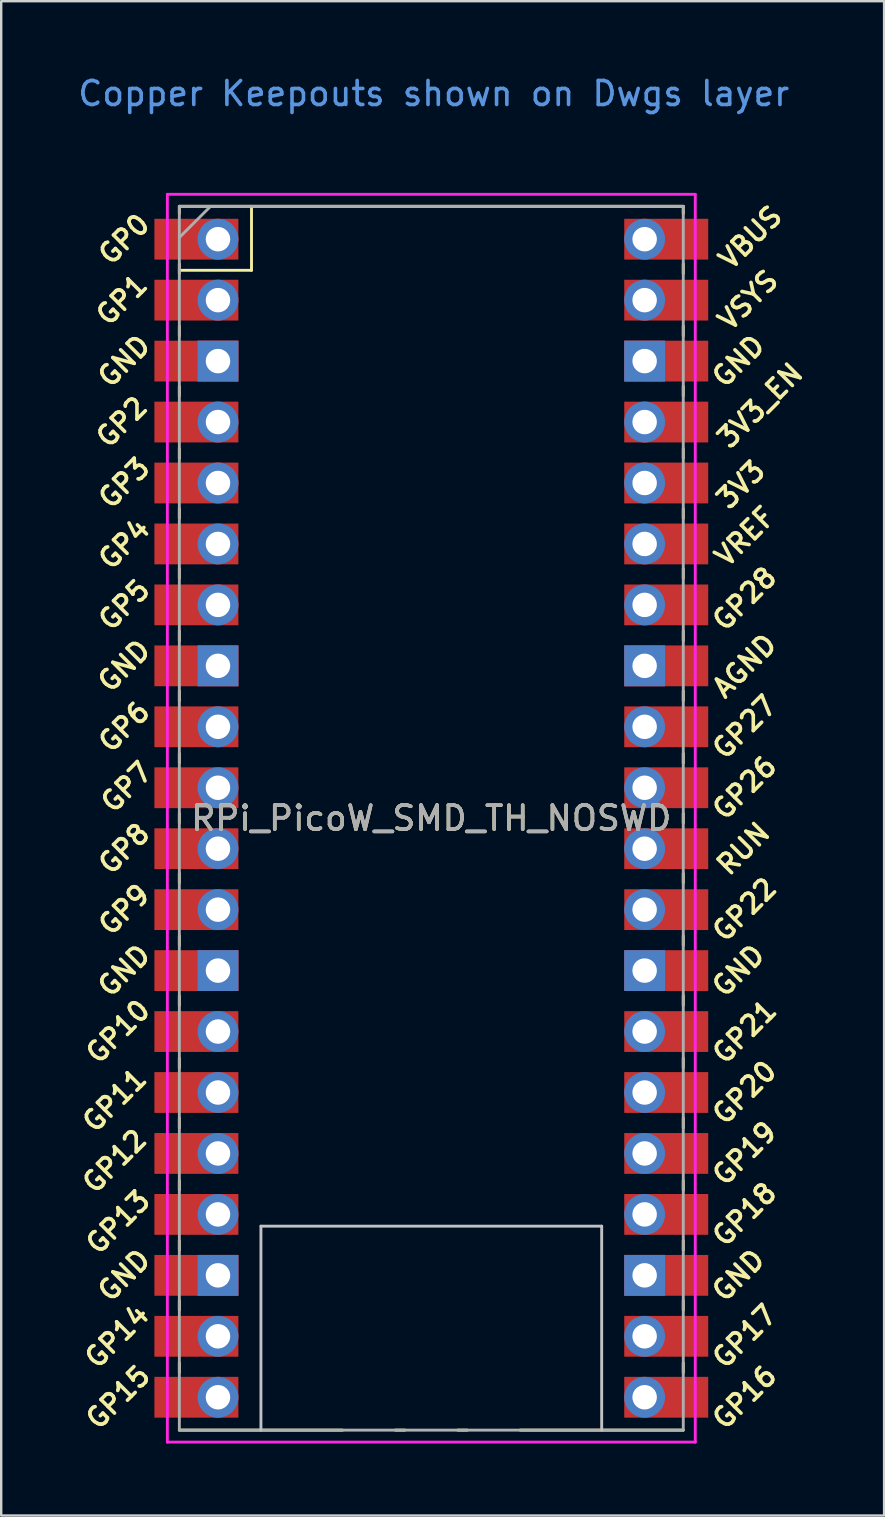
<source format=kicad_pcb>
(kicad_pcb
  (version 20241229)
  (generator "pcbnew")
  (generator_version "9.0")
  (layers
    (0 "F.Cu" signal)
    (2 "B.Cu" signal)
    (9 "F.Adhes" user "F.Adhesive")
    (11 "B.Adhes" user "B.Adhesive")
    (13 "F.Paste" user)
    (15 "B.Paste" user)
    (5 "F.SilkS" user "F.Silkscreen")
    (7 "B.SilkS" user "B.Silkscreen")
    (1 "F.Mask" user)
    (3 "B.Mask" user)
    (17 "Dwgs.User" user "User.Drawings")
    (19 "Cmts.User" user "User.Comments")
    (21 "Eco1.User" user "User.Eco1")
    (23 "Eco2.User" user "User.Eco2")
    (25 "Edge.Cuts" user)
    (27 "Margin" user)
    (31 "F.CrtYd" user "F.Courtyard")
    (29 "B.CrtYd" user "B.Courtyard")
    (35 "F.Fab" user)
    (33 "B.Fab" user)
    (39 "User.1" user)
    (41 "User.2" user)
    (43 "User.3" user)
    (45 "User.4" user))
  (footprint "RPi_PicoW_SMD_TH_NOSWD"
    (layer "F.Cu")
    (at 14.924 31.048)
    (property "Reference" "RPi_PicoW_SMD_TH_NOSWD" (at 0 0 180) (layer "F.SilkS") (effects (font (size 1 1) (thickness 0.15))))
    (attr through_hole)
    (fp_line (start -10.5 -25.5) (end -10.5 -25.2) (stroke (width 0.12) (type solid)) (layer "F.SilkS"))
    (fp_line (start -10.5 -25.5) (end 10.5 -25.5) (stroke (width 0.12) (type solid)) (layer "F.SilkS"))
    (fp_line (start -10.5 -23.1) (end -10.5 -22.7) (stroke (width 0.12) (type solid)) (layer "F.SilkS"))
    (fp_line (start -10.5 -22.833) (end -7.493 -22.833) (stroke (width 0.12) (type solid)) (layer "F.SilkS"))
    (fp_line (start -10.5 -20.5) (end -10.5 -20.1) (stroke (width 0.12) (type solid)) (layer "F.SilkS"))
    (fp_line (start -10.5 -18) (end -10.5 -17.6) (stroke (width 0.12) (type solid)) (layer "F.SilkS"))
    (fp_line (start -10.5 -15.4) (end -10.5 -15) (stroke (width 0.12) (type solid)) (layer "F.SilkS"))
    (fp_line (start -10.5 -12.9) (end -10.5 -12.5) (stroke (width 0.12) (type solid)) (layer "F.SilkS"))
    (fp_line (start -10.5 -10.4) (end -10.5 -10) (stroke (width 0.12) (type solid)) (layer "F.SilkS"))
    (fp_line (start -10.5 -7.8) (end -10.5 -7.4) (stroke (width 0.12) (type solid)) (layer "F.SilkS"))
    (fp_line (start -10.5 -5.3) (end -10.5 -4.9) (stroke (width 0.12) (type solid)) (layer "F.SilkS"))
    (fp_line (start -10.5 -2.7) (end -10.5 -2.3) (stroke (width 0.12) (type solid)) (layer "F.SilkS"))
    (fp_line (start -10.5 -0.2) (end -10.5 0.2) (stroke (width 0.12) (type solid)) (layer "F.SilkS"))
    (fp_line (start -10.5 2.3) (end -10.5 2.7) (stroke (width 0.12) (type solid)) (layer "F.SilkS"))
    (fp_line (start -10.5 4.9) (end -10.5 5.3) (stroke (width 0.12) (type solid)) (layer "F.SilkS"))
    (fp_line (start -10.5 7.4) (end -10.5 7.8) (stroke (width 0.12) (type solid)) (layer "F.SilkS"))
    (fp_line (start -10.5 10) (end -10.5 10.4) (stroke (width 0.12) (type solid)) (layer "F.SilkS"))
    (fp_line (start -10.5 12.5) (end -10.5 12.9) (stroke (width 0.12) (type solid)) (layer "F.SilkS"))
    (fp_line (start -10.5 15.1) (end -10.5 15.5) (stroke (width 0.12) (type solid)) (layer "F.SilkS"))
    (fp_line (start -10.5 17.6) (end -10.5 18) (stroke (width 0.12) (type solid)) (layer "F.SilkS"))
    (fp_line (start -10.5 20.1) (end -10.5 20.5) (stroke (width 0.12) (type solid)) (layer "F.SilkS"))
    (fp_line (start -10.5 22.7) (end -10.5 23.1) (stroke (width 0.12) (type solid)) (layer "F.SilkS"))
    (fp_line (start -7.493 -22.833) (end -7.493 -25.5) (stroke (width 0.12) (type solid)) (layer "F.SilkS"))
    (fp_line (start -3.7 25.5) (end -10.5 25.5) (stroke (width 0.12) (type solid)) (layer "F.SilkS"))
    (fp_line (start -1.5 25.5) (end -1.1 25.5) (stroke (width 0.12) (type solid)) (layer "F.SilkS"))
    (fp_line (start 1.1 25.5) (end 1.5 25.5) (stroke (width 0.12) (type solid)) (layer "F.SilkS"))
    (fp_line (start 10.5 -25.5) (end 10.5 -25.2) (stroke (width 0.12) (type solid)) (layer "F.SilkS"))
    (fp_line (start 10.5 -23.1) (end 10.5 -22.7) (stroke (width 0.12) (type solid)) (layer "F.SilkS"))
    (fp_line (start 10.5 -20.5) (end 10.5 -20.1) (stroke (width 0.12) (type solid)) (layer "F.SilkS"))
    (fp_line (start 10.5 -18) (end 10.5 -17.6) (stroke (width 0.12) (type solid)) (layer "F.SilkS"))
    (fp_line (start 10.5 -15.4) (end 10.5 -15) (stroke (width 0.12) (type solid)) (layer "F.SilkS"))
    (fp_line (start 10.5 -12.9) (end 10.5 -12.5) (stroke (width 0.12) (type solid)) (layer "F.SilkS"))
    (fp_line (start 10.5 -10.4) (end 10.5 -10) (stroke (width 0.12) (type solid)) (layer "F.SilkS"))
    (fp_line (start 10.5 -7.8) (end 10.5 -7.4) (stroke (width 0.12) (type solid)) (layer "F.SilkS"))
    (fp_line (start 10.5 -5.3) (end 10.5 -4.9) (stroke (width 0.12) (type solid)) (layer "F.SilkS"))
    (fp_line (start 10.5 -2.7) (end 10.5 -2.3) (stroke (width 0.12) (type solid)) (layer "F.SilkS"))
    (fp_line (start 10.5 -0.2) (end 10.5 0.2) (stroke (width 0.12) (type solid)) (layer "F.SilkS"))
    (fp_line (start 10.5 2.3) (end 10.5 2.7) (stroke (width 0.12) (type solid)) (layer "F.SilkS"))
    (fp_line (start 10.5 4.9) (end 10.5 5.3) (stroke (width 0.12) (type solid)) (layer "F.SilkS"))
    (fp_line (start 10.5 7.4) (end 10.5 7.8) (stroke (width 0.12) (type solid)) (layer "F.SilkS"))
    (fp_line (start 10.5 10) (end 10.5 10.4) (stroke (width 0.12) (type solid)) (layer "F.SilkS"))
    (fp_line (start 10.5 12.5) (end 10.5 12.9) (stroke (width 0.12) (type solid)) (layer "F.SilkS"))
    (fp_line (start 10.5 15.1) (end 10.5 15.5) (stroke (width 0.12) (type solid)) (layer "F.SilkS"))
    (fp_line (start 10.5 17.6) (end 10.5 18) (stroke (width 0.12) (type solid)) (layer "F.SilkS"))
    (fp_line (start 10.5 20.1) (end 10.5 20.5) (stroke (width 0.12) (type solid)) (layer "F.SilkS"))
    (fp_line (start 10.5 22.7) (end 10.5 23.1) (stroke (width 0.12) (type solid)) (layer "F.SilkS"))
    (fp_line (start 10.5 25.5) (end 3.7 25.5) (stroke (width 0.12) (type solid)) (layer "F.SilkS"))
    (fp_line (start -7.1 17) (end 7.1 17) (stroke (width 0.12) (type solid)) (layer "Dwgs.User"))
    (fp_line (start -7.1 25.5) (end -7.1 17) (stroke (width 0.12) (type solid)) (layer "Dwgs.User"))
    (fp_line (start 7.1 17) (end 7.1 25.5) (stroke (width 0.12) (type solid)) (layer "Dwgs.User"))
    (fp_line (start -11 -26) (end 11 -26) (stroke (width 0.12) (type solid)) (layer "F.CrtYd"))
    (fp_line (start -11 26) (end -11 -26) (stroke (width 0.12) (type solid)) (layer "F.CrtYd"))
    (fp_line (start 11 -26) (end 11 26) (stroke (width 0.12) (type solid)) (layer "F.CrtYd"))
    (fp_line (start 11 26) (end -11 26) (stroke (width 0.12) (type solid)) (layer "F.CrtYd"))
    (fp_line (start -10.5 -25.5) (end 10.5 -25.5) (stroke (width 0.12) (type solid)) (layer "F.Fab"))
    (fp_line (start -10.5 -24.2) (end -9.2 -25.5) (stroke (width 0.12) (type solid)) (layer "F.Fab"))
    (fp_line (start -10.5 25.5) (end -10.5 -25.5) (stroke (width 0.12) (type solid)) (layer "F.Fab"))
    (fp_line (start 10.5 -25.5) (end 10.5 25.5) (stroke (width 0.12) (type solid)) (layer "F.Fab"))
    (fp_line (start 10.5 25.5) (end -10.5 25.5) (stroke (width 0.12) (type solid)) (layer "F.Fab"))
    (fp_text user "GP14" (at -13.1 21.59 225) (layer "F.SilkS") (effects (font (size 0.8 0.8) (thickness 0.15))))
    (fp_text user "GP26" (at 13.054 -1.27 225) (layer "F.SilkS") (effects (font (size 0.8 0.8) (thickness 0.15))))
    (fp_text user "GP21" (at 13.054 8.9 225) (layer "F.SilkS") (effects (font (size 0.8 0.8) (thickness 0.15))))
    (fp_text user "GP19" (at 13.054 13.97 225) (layer "F.SilkS") (effects (font (size 0.8 0.8) (thickness 0.15))))
    (fp_text user "3V3" (at 12.9 -13.9 225) (layer "F.SilkS") (effects (font (size 0.8 0.8) (thickness 0.15))))
    (fp_text user "GP5" (at -12.8 -8.89 225) (layer "F.SilkS") (effects (font (size 0.8 0.8) (thickness 0.15))))
    (fp_text user "GP17" (at 13.054 21.59 225) (layer "F.SilkS") (effects (font (size 0.8 0.8) (thickness 0.15))))
    (fp_text user "GP0" (at -12.8 -24.13 225) (layer "F.SilkS") (effects (font (size 0.8 0.8) (thickness 0.15))))
    (fp_text user "GND" (at -12.8 6.35 225) (layer "F.SilkS") (effects (font (size 0.8 0.8) (thickness 0.15))))
    (fp_text user "GP10" (at -13.054 8.89 225) (layer "F.SilkS") (effects (font (size 0.8 0.8) (thickness 0.15))))
    (fp_text user "GND" (at -12.8 19.05 225) (layer "F.SilkS") (effects (font (size 0.8 0.8) (thickness 0.15))))
    (fp_text user "GP11" (at -13.2 11.752 225) (layer "F.SilkS") (effects (font (size 0.8 0.8) (thickness 0.15))))
    (fp_text user "GND" (at -12.8 -19.05 225) (layer "F.SilkS") (effects (font (size 0.8 0.8) (thickness 0.15))))
    (fp_text user "GP16" (at 13.054 24.13 225) (layer "F.SilkS") (effects (font (size 0.8 0.8) (thickness 0.15))))
    (fp_text user "3V3_EN" (at 13.7 -17.2 225) (layer "F.SilkS") (effects (font (size 0.8 0.8) (thickness 0.15))))
    (fp_text user "GP8" (at -12.8 1.27 225) (layer "F.SilkS") (effects (font (size 0.8 0.8) (thickness 0.15))))
    (fp_text user "GP3" (at -12.8 -13.97 225) (layer "F.SilkS") (effects (font (size 0.8 0.8) (thickness 0.15))))
    (fp_text user "GP1" (at -12.9 -21.6 225) (layer "F.SilkS") (effects (font (size 0.8 0.8) (thickness 0.15))))
    (fp_text user "GND" (at 12.8 -19.05 225) (layer "F.SilkS") (effects (font (size 0.8 0.8) (thickness 0.15))))
    (fp_text user "GP12" (at -13.2 14.293 225) (layer "F.SilkS") (effects (font (size 0.8 0.8) (thickness 0.15))))
    (fp_text user "GP13" (at -13.054 16.832 225) (layer "F.SilkS") (effects (font (size 0.8 0.8) (thickness 0.15))))
    (fp_text user "GP6" (at -12.8 -3.81 225) (layer "F.SilkS") (effects (font (size 0.8 0.8) (thickness 0.15))))
    (fp_text user "GP9" (at -12.8 3.81 225) (layer "F.SilkS") (effects (font (size 0.8 0.8) (thickness 0.15))))
    (fp_text user "RUN" (at 13 1.27 225) (layer "F.SilkS") (effects (font (size 0.8 0.8) (thickness 0.15))))
    (fp_text user "GP22" (at 13.054 3.81 225) (layer "F.SilkS") (effects (font (size 0.8 0.8) (thickness 0.15))))
    (fp_text user "VSYS" (at 13.2 -21.59 225) (layer "F.SilkS") (effects (font (size 0.8 0.8) (thickness 0.15))))
    (fp_text user "AGND" (at 13.054 -6.35 225) (layer "F.SilkS") (effects (font (size 0.8 0.8) (thickness 0.15))))
    (fp_text user "GP28" (at 13.054 -9.144 225) (layer "F.SilkS") (effects (font (size 0.8 0.8) (thickness 0.15))))
    (fp_text user "GP7" (at -12.7 -1.3 225) (layer "F.SilkS") (effects (font (size 0.8 0.8) (thickness 0.15))))
    (fp_text user "GP4" (at -12.8 -11.43 225) (layer "F.SilkS") (effects (font (size 0.8 0.8) (thickness 0.15))))
    (fp_text user "GP20" (at 13.054 11.43 225) (layer "F.SilkS") (effects (font (size 0.8 0.8) (thickness 0.15))))
    (fp_text user "GND" (at 12.8 19.05 225) (layer "F.SilkS") (effects (font (size 0.8 0.8) (thickness 0.15))))
    (fp_text user "VBUS" (at 13.3 -24.2 225) (layer "F.SilkS") (effects (font (size 0.8 0.8) (thickness 0.15))))
    (fp_text user "GP27" (at 13.054 -3.8 225) (layer "F.SilkS") (effects (font (size 0.8 0.8) (thickness 0.15))))
    (fp_text user "GND" (at 12.8 6.35 225) (layer "F.SilkS") (effects (font (size 0.8 0.8) (thickness 0.15))))
    (fp_text user "GND" (at -12.8 -6.35 225) (layer "F.SilkS") (effects (font (size 0.8 0.8) (thickness 0.15))))
    (fp_text user "GP2" (at -12.9 -16.51 225) (layer "F.SilkS") (effects (font (size 0.8 0.8) (thickness 0.15))))
    (fp_text user "GP15" (at -13.054 24.13 225) (layer "F.SilkS") (effects (font (size 0.8 0.8) (thickness 0.15))))
    (fp_text user "GP18" (at 13.054 16.51 225) (layer "F.SilkS") (effects (font (size 0.8 0.8) (thickness 0.15))))
    (fp_text user "VREF" (at 13.068 -11.742 225) (layer "F.SilkS") (effects (font (size 0.8 0.8) (thickness 0.15))))
    (fp_text user "Copper Keepouts shown on Dwgs layer" (at 0.1 -30.2 180) (layer "Cmts.User") (effects (font (size 1 1) (thickness 0.15))))
    (fp_text user "${REFERENCE}" (at 0 0 180) (layer "F.Fab") (effects (font (size 1 1) (thickness 0.15))))
    (pad "1" thru_hole oval (at -8.89 -24.13) (size 1.7 1.7) (drill 1.02) (layers "*.Cu" "*.Mask"))
    (pad "1" smd rect (at -8.89 -24.13) (size 3.5 1.7) (drill (offset -0.9 0)) (layers "F.Cu" "F.Mask"))
    (pad "2" thru_hole oval (at -8.89 -21.59) (size 1.7 1.7) (drill 1.02) (layers "*.Cu" "*.Mask"))
    (pad "2" smd rect (at -8.89 -21.59) (size 3.5 1.7) (drill (offset -0.9 0)) (layers "F.Cu" "F.Mask"))
    (pad "3" thru_hole rect (at -8.89 -19.05) (size 1.7 1.7) (drill 1.02) (layers "*.Cu" "*.Mask"))
    (pad "3" smd rect (at -8.89 -19.05) (size 3.5 1.7) (drill (offset -0.9 0)) (layers "F.Cu" "F.Mask"))
    (pad "4" thru_hole oval (at -8.89 -16.51) (size 1.7 1.7) (drill 1.02) (layers "*.Cu" "*.Mask"))
    (pad "4" smd rect (at -8.89 -16.51) (size 3.5 1.7) (drill (offset -0.9 0)) (layers "F.Cu" "F.Mask"))
    (pad "5" thru_hole oval (at -8.89 -13.97) (size 1.7 1.7) (drill 1.02) (layers "*.Cu" "*.Mask"))
    (pad "5" smd rect (at -8.89 -13.97) (size 3.5 1.7) (drill (offset -0.9 0)) (layers "F.Cu" "F.Mask"))
    (pad "6" thru_hole oval (at -8.89 -11.43) (size 1.7 1.7) (drill 1.02) (layers "*.Cu" "*.Mask"))
    (pad "6" smd rect (at -8.89 -11.43) (size 3.5 1.7) (drill (offset -0.9 0)) (layers "F.Cu" "F.Mask"))
    (pad "7" thru_hole oval (at -8.89 -8.89) (size 1.7 1.7) (drill 1.02) (layers "*.Cu" "*.Mask"))
    (pad "7" smd rect (at -8.89 -8.89) (size 3.5 1.7) (drill (offset -0.9 0)) (layers "F.Cu" "F.Mask"))
    (pad "8" thru_hole rect (at -8.89 -6.35) (size 1.7 1.7) (drill 1.02) (layers "*.Cu" "*.Mask"))
    (pad "8" smd rect (at -8.89 -6.35) (size 3.5 1.7) (drill (offset -0.9 0)) (layers "F.Cu" "F.Mask"))
    (pad "9" thru_hole oval (at -8.89 -3.81) (size 1.7 1.7) (drill 1.02) (layers "*.Cu" "*.Mask"))
    (pad "9" smd rect (at -8.89 -3.81) (size 3.5 1.7) (drill (offset -0.9 0)) (layers "F.Cu" "F.Mask"))
    (pad "10" thru_hole oval (at -8.89 -1.27) (size 1.7 1.7) (drill 1.02) (layers "*.Cu" "*.Mask"))
    (pad "10" smd rect (at -8.89 -1.27) (size 3.5 1.7) (drill (offset -0.9 0)) (layers "F.Cu" "F.Mask"))
    (pad "11" thru_hole oval (at -8.89 1.27) (size 1.7 1.7) (drill 1.02) (layers "*.Cu" "*.Mask"))
    (pad "11" smd rect (at -8.89 1.27) (size 3.5 1.7) (drill (offset -0.9 0)) (layers "F.Cu" "F.Mask"))
    (pad "12" thru_hole oval (at -8.89 3.81) (size 1.7 1.7) (drill 1.02) (layers "*.Cu" "*.Mask"))
    (pad "12" smd rect (at -8.89 3.81) (size 3.5 1.7) (drill (offset -0.9 0)) (layers "F.Cu" "F.Mask"))
    (pad "13" thru_hole rect (at -8.89 6.35) (size 1.7 1.7) (drill 1.02) (layers "*.Cu" "*.Mask"))
    (pad "13" smd rect (at -8.89 6.35) (size 3.5 1.7) (drill (offset -0.9 0)) (layers "F.Cu" "F.Mask"))
    (pad "14" thru_hole oval (at -8.89 8.89) (size 1.7 1.7) (drill 1.02) (layers "*.Cu" "*.Mask"))
    (pad "14" smd rect (at -8.89 8.89) (size 3.5 1.7) (drill (offset -0.9 0)) (layers "F.Cu" "F.Mask"))
    (pad "15" thru_hole oval (at -8.89 11.43) (size 1.7 1.7) (drill 1.02) (layers "*.Cu" "*.Mask"))
    (pad "15" smd rect (at -8.89 11.43) (size 3.5 1.7) (drill (offset -0.9 0)) (layers "F.Cu" "F.Mask"))
    (pad "16" thru_hole oval (at -8.89 13.97) (size 1.7 1.7) (drill 1.02) (layers "*.Cu" "*.Mask"))
    (pad "16" smd rect (at -8.89 13.97) (size 3.5 1.7) (drill (offset -0.9 0)) (layers "F.Cu" "F.Mask"))
    (pad "17" thru_hole oval (at -8.89 16.51) (size 1.7 1.7) (drill 1.02) (layers "*.Cu" "*.Mask"))
    (pad "17" smd rect (at -8.89 16.51) (size 3.5 1.7) (drill (offset -0.9 0)) (layers "F.Cu" "F.Mask"))
    (pad "18" thru_hole rect (at -8.89 19.05) (size 1.7 1.7) (drill 1.02) (layers "*.Cu" "*.Mask"))
    (pad "18" smd rect (at -8.89 19.05) (size 3.5 1.7) (drill (offset -0.9 0)) (layers "F.Cu" "F.Mask"))
    (pad "19" thru_hole oval (at -8.89 21.59) (size 1.7 1.7) (drill 1.02) (layers "*.Cu" "*.Mask"))
    (pad "19" smd rect (at -8.89 21.59) (size 3.5 1.7) (drill (offset -0.9 0)) (layers "F.Cu" "F.Mask"))
    (pad "20" thru_hole oval (at -8.89 24.13) (size 1.7 1.7) (drill 1.02) (layers "*.Cu" "*.Mask"))
    (pad "20" smd rect (at -8.89 24.13) (size 3.5 1.7) (drill (offset -0.9 0)) (layers "F.Cu" "F.Mask"))
    (pad "21" thru_hole oval (at 8.89 24.13) (size 1.7 1.7) (drill 1.02) (layers "*.Cu" "*.Mask"))
    (pad "21" smd rect (at 8.89 24.13) (size 3.5 1.7) (drill (offset 0.9 0)) (layers "F.Cu" "F.Mask"))
    (pad "22" thru_hole oval (at 8.89 21.59) (size 1.7 1.7) (drill 1.02) (layers "*.Cu" "*.Mask"))
    (pad "22" smd rect (at 8.89 21.59) (size 3.5 1.7) (drill (offset 0.9 0)) (layers "F.Cu" "F.Mask"))
    (pad "23" thru_hole rect (at 8.89 19.05) (size 1.7 1.7) (drill 1.02) (layers "*.Cu" "*.Mask"))
    (pad "23" smd rect (at 8.89 19.05) (size 3.5 1.7) (drill (offset 0.9 0)) (layers "F.Cu" "F.Mask"))
    (pad "24" thru_hole oval (at 8.89 16.51) (size 1.7 1.7) (drill 1.02) (layers "*.Cu" "*.Mask"))
    (pad "24" smd rect (at 8.89 16.51) (size 3.5 1.7) (drill (offset 0.9 0)) (layers "F.Cu" "F.Mask"))
    (pad "25" thru_hole oval (at 8.89 13.97) (size 1.7 1.7) (drill 1.02) (layers "*.Cu" "*.Mask"))
    (pad "25" smd rect (at 8.89 13.97) (size 3.5 1.7) (drill (offset 0.9 0)) (layers "F.Cu" "F.Mask"))
    (pad "26" thru_hole oval (at 8.89 11.43) (size 1.7 1.7) (drill 1.02) (layers "*.Cu" "*.Mask"))
    (pad "26" smd rect (at 8.89 11.43) (size 3.5 1.7) (drill (offset 0.9 0)) (layers "F.Cu" "F.Mask"))
    (pad "27" thru_hole oval (at 8.89 8.89) (size 1.7 1.7) (drill 1.02) (layers "*.Cu" "*.Mask"))
    (pad "27" smd rect (at 8.89 8.89) (size 3.5 1.7) (drill (offset 0.9 0)) (layers "F.Cu" "F.Mask"))
    (pad "28" thru_hole rect (at 8.89 6.35) (size 1.7 1.7) (drill 1.02) (layers "*.Cu" "*.Mask"))
    (pad "28" smd rect (at 8.89 6.35) (size 3.5 1.7) (drill (offset 0.9 0)) (layers "F.Cu" "F.Mask"))
    (pad "29" thru_hole oval (at 8.89 3.81) (size 1.7 1.7) (drill 1.02) (layers "*.Cu" "*.Mask"))
    (pad "29" smd rect (at 8.89 3.81) (size 3.5 1.7) (drill (offset 0.9 0)) (layers "F.Cu" "F.Mask"))
    (pad "30" thru_hole oval (at 8.89 1.27) (size 1.7 1.7) (drill 1.02) (layers "*.Cu" "*.Mask"))
    (pad "30" smd rect (at 8.89 1.27) (size 3.5 1.7) (drill (offset 0.9 0)) (layers "F.Cu" "F.Mask"))
    (pad "31" thru_hole oval (at 8.89 -1.27) (size 1.7 1.7) (drill 1.02) (layers "*.Cu" "*.Mask"))
    (pad "31" smd rect (at 8.89 -1.27) (size 3.5 1.7) (drill (offset 0.9 0)) (layers "F.Cu" "F.Mask"))
    (pad "32" thru_hole oval (at 8.89 -3.81) (size 1.7 1.7) (drill 1.02) (layers "*.Cu" "*.Mask"))
    (pad "32" smd rect (at 8.89 -3.81) (size 3.5 1.7) (drill (offset 0.9 0)) (layers "F.Cu" "F.Mask"))
    (pad "33" thru_hole rect (at 8.89 -6.35) (size 1.7 1.7) (drill 1.02) (layers "*.Cu" "*.Mask"))
    (pad "33" smd rect (at 8.89 -6.35) (size 3.5 1.7) (drill (offset 0.9 0)) (layers "F.Cu" "F.Mask"))
    (pad "34" thru_hole oval (at 8.89 -8.89) (size 1.7 1.7) (drill 1.02) (layers "*.Cu" "*.Mask"))
    (pad "34" smd rect (at 8.89 -8.89) (size 3.5 1.7) (drill (offset 0.9 0)) (layers "F.Cu" "F.Mask"))
    (pad "35" thru_hole oval (at 8.89 -11.43) (size 1.7 1.7) (drill 1.02) (layers "*.Cu" "*.Mask"))
    (pad "35" smd rect (at 8.89 -11.43) (size 3.5 1.7) (drill (offset 0.9 0)) (layers "F.Cu" "F.Mask"))
    (pad "36" thru_hole oval (at 8.89 -13.97) (size 1.7 1.7) (drill 1.02) (layers "*.Cu" "*.Mask"))
    (pad "36" smd rect (at 8.89 -13.97) (size 3.5 1.7) (drill (offset 0.9 0)) (layers "F.Cu" "F.Mask"))
    (pad "37" thru_hole oval (at 8.89 -16.51) (size 1.7 1.7) (drill 1.02) (layers "*.Cu" "*.Mask"))
    (pad "37" smd rect (at 8.89 -16.51) (size 3.5 1.7) (drill (offset 0.9 0)) (layers "F.Cu" "F.Mask"))
    (pad "38" thru_hole rect (at 8.89 -19.05) (size 1.7 1.7) (drill 1.02) (layers "*.Cu" "*.Mask"))
    (pad "38" smd rect (at 8.89 -19.05) (size 3.5 1.7) (drill (offset 0.9 0)) (layers "F.Cu" "F.Mask"))
    (pad "39" thru_hole oval (at 8.89 -21.59) (size 1.7 1.7) (drill 1.02) (layers "*.Cu" "*.Mask"))
    (pad "39" smd rect (at 8.89 -21.59) (size 3.5 1.7) (drill (offset 0.9 0)) (layers "F.Cu" "F.Mask"))
    (pad "40" thru_hole oval (at 8.89 -24.13) (size 1.7 1.7) (drill 1.02) (layers "*.Cu" "*.Mask"))
    (pad "40" smd rect (at 8.89 -24.13) (size 3.5 1.7) (drill (offset 0.9 0)) (layers "F.Cu" "F.Mask")))
  (gr_rect
    (start -3 -3)
    (end 33.793 60.108)
    (stroke (width 0.1) (type default))
    (fill no)
    (layer "Edge.Cuts")))
</source>
